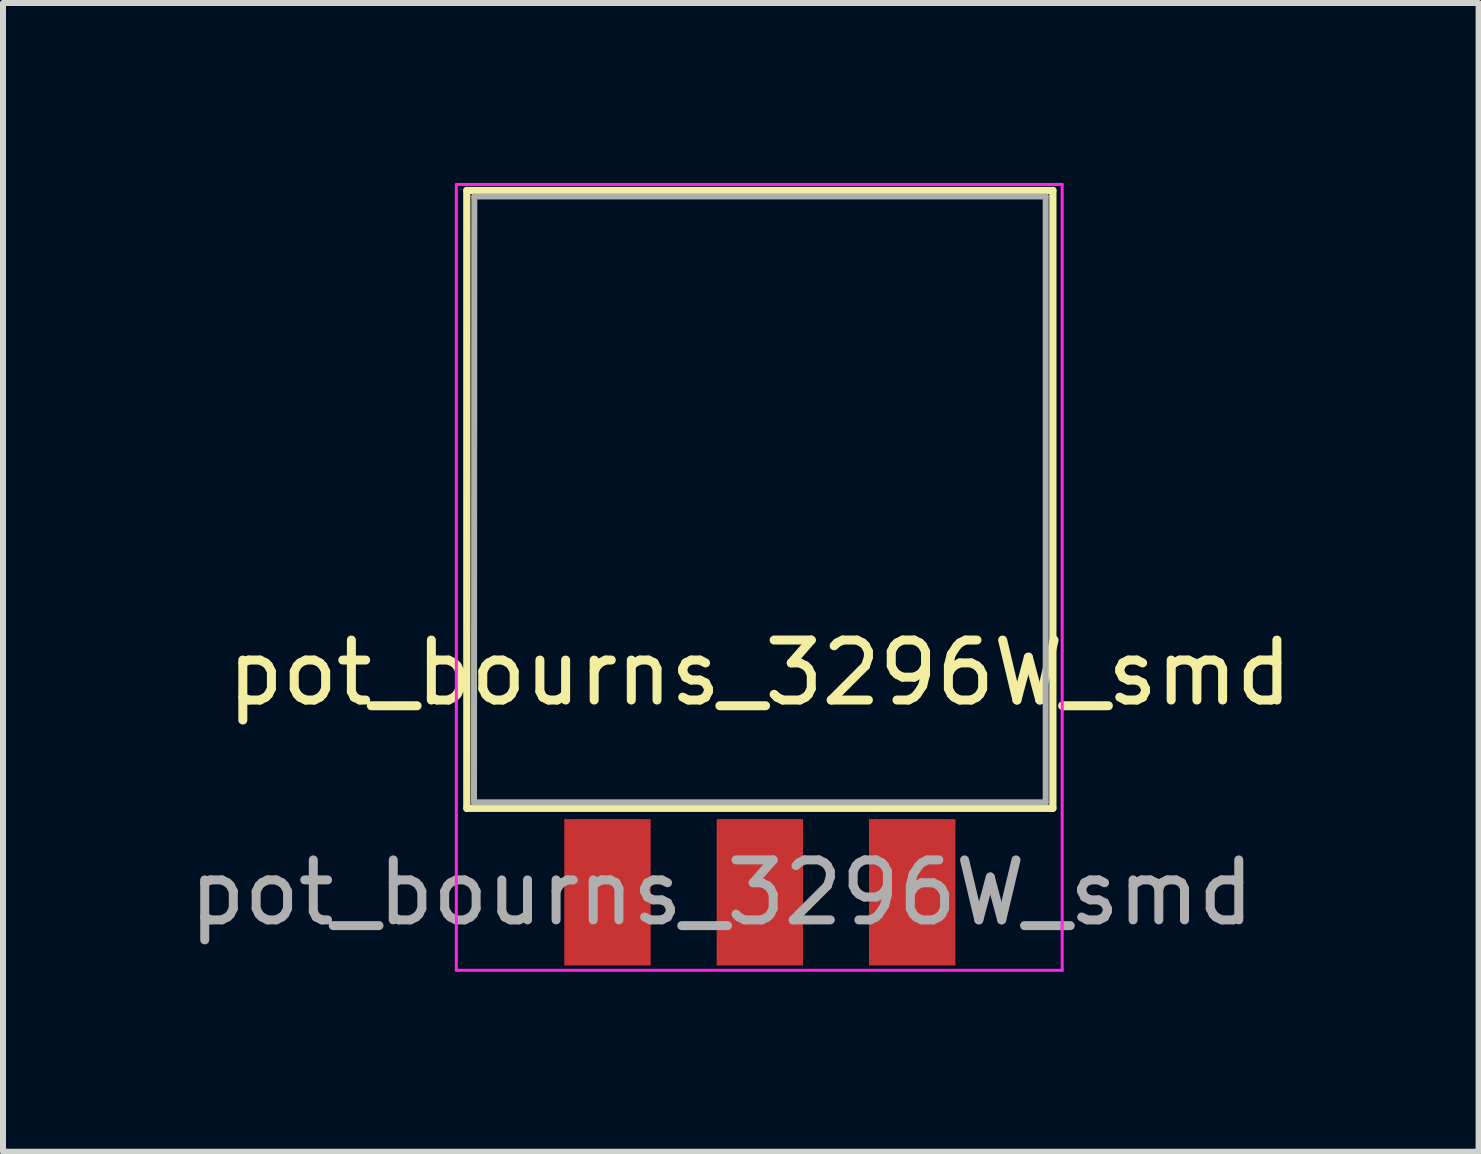
<source format=kicad_pcb>
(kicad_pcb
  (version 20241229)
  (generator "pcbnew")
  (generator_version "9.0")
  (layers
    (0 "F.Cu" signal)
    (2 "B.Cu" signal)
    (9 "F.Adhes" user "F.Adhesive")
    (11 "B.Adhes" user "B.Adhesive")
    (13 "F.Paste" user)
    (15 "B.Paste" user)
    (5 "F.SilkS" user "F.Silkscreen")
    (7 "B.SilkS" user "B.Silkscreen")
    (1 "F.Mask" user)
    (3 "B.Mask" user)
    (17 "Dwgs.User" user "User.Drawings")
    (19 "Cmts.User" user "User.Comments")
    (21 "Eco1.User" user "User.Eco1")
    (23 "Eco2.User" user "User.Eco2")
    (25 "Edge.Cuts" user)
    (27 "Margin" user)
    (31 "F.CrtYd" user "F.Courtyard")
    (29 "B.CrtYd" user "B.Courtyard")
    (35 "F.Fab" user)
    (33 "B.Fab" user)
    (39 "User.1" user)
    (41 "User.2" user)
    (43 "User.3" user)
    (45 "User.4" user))
  (footprint "pot_bourns_3296W_smd"
    (layer "F.Cu")
    (at 12.157 11.825)
    (property "Reference" "pot_bourns_3296W_smd" (at -2.54 -3.66 0) (layer "F.SilkS") (effects (font (size 1 1) (thickness 0.15))))
    (attr through_hole)
    (fp_line (start -7.425 -11.7) (end -7.425 -1.4) (stroke (width 0.12) (type solid)) (layer "F.SilkS"))
    (fp_line (start -7.425 -11.7) (end 2.345 -11.7) (stroke (width 0.12) (type solid)) (layer "F.SilkS"))
    (fp_line (start -7.425 -1.4) (end 2.345 -1.4) (stroke (width 0.12) (type solid)) (layer "F.SilkS"))
    (fp_line (start 2.345 -11.7) (end 2.345 -1.4) (stroke (width 0.12) (type solid)) (layer "F.SilkS"))
    (fp_line (start -7.6 -11.8) (end -7.6 1.3) (stroke (width 0.05) (type solid)) (layer "F.CrtYd"))
    (fp_line (start -7.6 -11.8) (end 2.5 -11.8) (stroke (width 0.05) (type solid)) (layer "F.CrtYd"))
    (fp_line (start -7.6 1.3) (end 2.5 1.3) (stroke (width 0.05) (type solid)) (layer "F.CrtYd"))
    (fp_line (start 2.5 1.3) (end 2.5 -11.8) (stroke (width 0.05) (type solid)) (layer "F.CrtYd"))
    (fp_line (start -7.305 -1.5) (end 2.225 -1.5) (stroke (width 0.1) (type solid)) (layer "F.Fab"))
    (fp_line (start -7.3 -11.6) (end -7.305 -1.5) (stroke (width 0.1) (type solid)) (layer "F.Fab"))
    (fp_line (start -7.3 -11.6) (end 2.225 -11.6) (stroke (width 0.1) (type solid)) (layer "F.Fab"))
    (fp_line (start 2.225 -1.5) (end 2.225 -11.6) (stroke (width 0.1) (type solid)) (layer "F.Fab"))
    (fp_text user "${REFERENCE}" (at -3.175 0.005 0) (layer "F.Fab") (effects (font (size 1 1) (thickness 0.15))))
    (pad "1" smd rect (at 0 0) (size 1.44 2.44) (layers "F.Cu" "F.Mask" "F.Paste"))
    (pad "2" smd rect (at -2.54 0) (size 1.44 2.44) (layers "F.Cu" "F.Mask" "F.Paste"))
    (pad "3" smd rect (at -5.08 0) (size 1.44 2.44) (layers "F.Cu" "F.Mask" "F.Paste")))
  (gr_rect
    (start -3 -3)
    (end 21.599 16.15)
    (stroke (width 0.1) (type default))
    (fill no)
    (layer "Edge.Cuts")))
</source>
